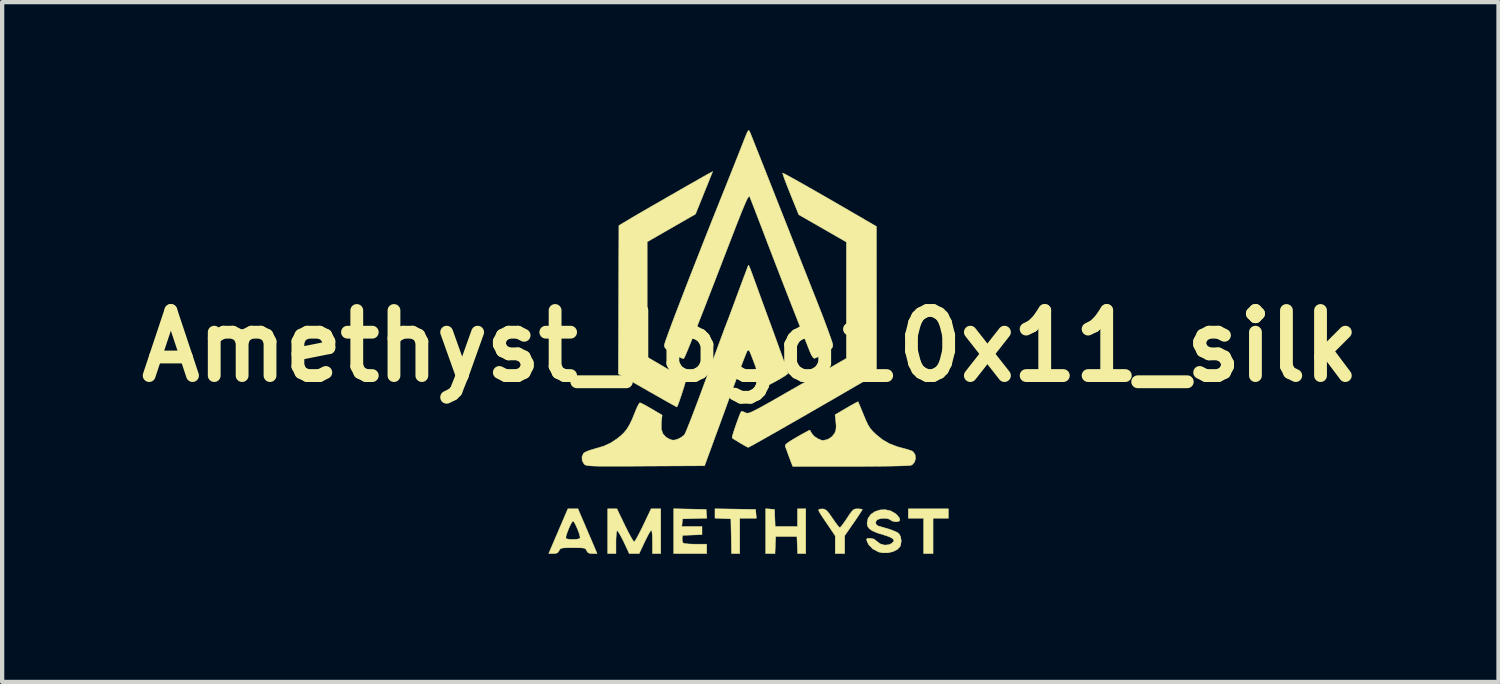
<source format=kicad_pcb>
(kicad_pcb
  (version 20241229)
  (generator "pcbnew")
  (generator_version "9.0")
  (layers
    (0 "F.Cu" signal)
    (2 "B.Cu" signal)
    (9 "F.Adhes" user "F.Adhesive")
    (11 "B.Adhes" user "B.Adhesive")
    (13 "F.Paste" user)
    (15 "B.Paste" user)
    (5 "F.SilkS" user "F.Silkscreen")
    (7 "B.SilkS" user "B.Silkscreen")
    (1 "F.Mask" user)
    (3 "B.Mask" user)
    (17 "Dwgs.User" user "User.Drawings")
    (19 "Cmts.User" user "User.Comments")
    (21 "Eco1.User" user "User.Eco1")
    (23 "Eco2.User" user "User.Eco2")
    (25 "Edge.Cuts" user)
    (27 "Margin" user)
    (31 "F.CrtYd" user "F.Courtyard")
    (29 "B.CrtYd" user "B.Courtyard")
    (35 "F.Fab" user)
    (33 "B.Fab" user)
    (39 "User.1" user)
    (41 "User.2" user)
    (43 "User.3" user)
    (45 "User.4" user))
  (footprint "Amethyst_logo10x11_silk"
    (layer "F.Cu")
    (at 14.522 5.056)
    (property "Reference" "Amethyst_logo10x11_silk" (at 0 0 0) (layer "F.SilkS") (effects (font (size 1.524 1.524) (thickness 0.3))))
    (attr through_hole)
    (fp_poly (pts (xy 4.638 4.031) (xy 4.279 4.031) (xy 4.279 4.859) (xy 4.058 4.859) (xy 4.058 4.031) (xy 3.7 4.031) (xy 3.7 3.81) (xy 4.638 3.81) (xy 4.638 4.031)) (stroke (width 0.01) (type solid)) (fill yes) (layer "F.SilkS"))
    (fp_poly (pts (xy 0.124 3.824) (xy 0.141 4.031) (xy -0.248 4.031) (xy -0.248 4.859) (xy -0.44 4.859) (xy -0.456 4.045) (xy -0.642 4.037) (xy -0.828 4.028) (xy -0.828 3.809) (xy 0.124 3.824)) (stroke (width 0.01) (type solid)) (fill yes) (layer "F.SilkS"))
    (fp_poly (pts (xy 0.462 3.815) (xy 0.566 3.824) (xy 0.582 4.224) (xy 1.104 4.224) (xy 1.104 3.81) (xy 1.298 3.81) (xy 1.298 4.859) (xy 1.107 4.859) (xy 1.099 4.659) (xy 1.091 4.459) (xy 0.594 4.459) (xy 0.585 4.659) (xy 0.577 4.859) (xy 0.359 4.859) (xy 0.359 3.807) (xy 0.462 3.815)) (stroke (width 0.01) (type solid)) (fill yes) (layer "F.SilkS"))
    (fp_poly (pts (xy -1.415 3.816) (xy -1.035 3.824) (xy -1.018 4.029) (xy -1.587 4.045) (xy -1.596 4.134) (xy -1.605 4.224) (xy -1.132 4.224) (xy -1.132 4.415) (xy -1.587 4.431) (xy -1.597 4.511) (xy -1.592 4.578) (xy -1.569 4.614) (xy -1.526 4.624) (xy -1.443 4.633) (xy -1.334 4.637) (xy -1.277 4.638) (xy -1.022 4.638) (xy -1.022 4.859) (xy -1.795 4.859) (xy -1.795 3.808) (xy -1.415 3.816)) (stroke (width 0.01) (type solid)) (fill yes) (layer "F.SilkS"))
    (fp_poly (pts (xy -2.938 4.197) (xy -2.872 4.329) (xy -2.813 4.442) (xy -2.764 4.527) (xy -2.731 4.575) (xy -2.722 4.583) (xy -2.7 4.559) (xy -2.66 4.494) (xy -2.607 4.395) (xy -2.545 4.273) (xy -2.508 4.196) (xy -2.324 3.81) (xy -2.098 3.81) (xy -2.098 4.859) (xy -2.292 4.859) (xy -2.292 4.583) (xy -2.294 4.464) (xy -2.301 4.372) (xy -2.31 4.317) (xy -2.318 4.307) (xy -2.339 4.33) (xy -2.378 4.394) (xy -2.427 4.488) (xy -2.474 4.583) (xy -2.604 4.859) (xy -2.835 4.859) (xy -2.965 4.582) (xy -3.02 4.473) (xy -3.068 4.387) (xy -3.104 4.334) (xy -3.122 4.322) (xy -3.133 4.355) (xy -3.141 4.43) (xy -3.147 4.534) (xy -3.147 4.598) (xy -3.147 4.859) (xy -3.341 4.859) (xy -3.341 3.81) (xy -3.125 3.81) (xy -2.938 4.197)) (stroke (width 0.01) (type solid)) (fill yes) (layer "F.SilkS"))
    (fp_poly (pts (xy 2.584 3.814) (xy 2.621 3.823) (xy 2.623 3.826) (xy 2.608 3.854) (xy 2.567 3.918) (xy 2.507 4.009) (xy 2.432 4.118) (xy 2.416 4.141) (xy 2.209 4.44) (xy 2.209 4.859) (xy 1.988 4.859) (xy 1.988 4.442) (xy 1.779 4.133) (xy 1.695 4.009) (xy 1.639 3.923) (xy 1.608 3.869) (xy 1.599 3.837) (xy 1.608 3.822) (xy 1.632 3.816) (xy 1.643 3.815) (xy 1.701 3.812) (xy 1.748 3.824) (xy 1.795 3.859) (xy 1.849 3.925) (xy 1.922 4.029) (xy 1.932 4.043) (xy 1.996 4.135) (xy 2.05 4.206) (xy 2.087 4.246) (xy 2.096 4.252) (xy 2.12 4.23) (xy 2.166 4.172) (xy 2.226 4.087) (xy 2.264 4.031) (xy 2.332 3.928) (xy 2.381 3.864) (xy 2.42 3.828) (xy 2.458 3.813) (xy 2.507 3.81) (xy 2.516 3.81) (xy 2.584 3.814)) (stroke (width 0.01) (type solid)) (fill yes) (layer "F.SilkS"))
    (fp_poly (pts (xy -0.93 -3.97) (xy -0.958 -3.901) (xy -1 -3.794) (xy -1.054 -3.662) (xy -1.112 -3.518) (xy -1.13 -3.472) (xy -1.284 -3.092) (xy -1.85 -2.767) (xy -2.416 -2.442) (xy -2.416 0.256) (xy -1.974 0.514) (xy -1.833 0.596) (xy -1.708 0.669) (xy -1.608 0.726) (xy -1.539 0.765) (xy -1.51 0.78) (xy -1.513 0.806) (xy -1.53 0.872) (xy -1.557 0.965) (xy -1.592 1.074) (xy -1.629 1.186) (xy -1.664 1.289) (xy -1.694 1.37) (xy -1.715 1.418) (xy -1.72 1.425) (xy -1.744 1.413) (xy -1.811 1.377) (xy -1.913 1.32) (xy -2.044 1.246) (xy -2.199 1.158) (xy -2.372 1.06) (xy -2.408 1.039) (xy -3.091 0.649) (xy -3.078 -2.825) (xy -2.802 -2.99) (xy -2.722 -3.037) (xy -2.605 -3.106) (xy -2.459 -3.19) (xy -2.29 -3.288) (xy -2.106 -3.393) (xy -1.915 -3.504) (xy -1.722 -3.614) (xy -1.536 -3.721) (xy -1.362 -3.82) (xy -1.209 -3.907) (xy -1.083 -3.979) (xy -0.992 -4.03) (xy -0.945 -4.055) (xy -0.883 -4.088) (xy -0.93 -3.97)) (stroke (width 0.01) (type solid)) (fill yes) (layer "F.SilkS"))
    (fp_poly (pts (xy -3.85 4.245) (xy -3.786 4.395) (xy -3.726 4.534) (xy -3.676 4.651) (xy -3.64 4.736) (xy -3.626 4.769) (xy -3.588 4.859) (xy -3.695 4.859) (xy -3.771 4.852) (xy -3.814 4.823) (xy -3.833 4.79) (xy -3.849 4.759) (xy -3.872 4.739) (xy -3.912 4.728) (xy -3.98 4.723) (xy -4.088 4.721) (xy -4.155 4.721) (xy -4.285 4.722) (xy -4.37 4.725) (xy -4.422 4.733) (xy -4.452 4.749) (xy -4.47 4.774) (xy -4.478 4.79) (xy -4.511 4.837) (xy -4.564 4.857) (xy -4.615 4.859) (xy -4.722 4.859) (xy -4.684 4.769) (xy -4.661 4.714) (xy -4.62 4.619) (xy -4.567 4.494) (xy -4.566 4.494) (xy -4.322 4.494) (xy -4.32 4.501) (xy -4.284 4.517) (xy -4.213 4.526) (xy -4.128 4.527) (xy -4.049 4.52) (xy -3.997 4.506) (xy -3.988 4.499) (xy -3.989 4.461) (xy -4.007 4.391) (xy -4.038 4.306) (xy -4.075 4.22) (xy -4.111 4.147) (xy -4.142 4.102) (xy -4.155 4.095) (xy -4.18 4.125) (xy -4.216 4.19) (xy -4.254 4.276) (xy -4.289 4.366) (xy -4.314 4.444) (xy -4.322 4.494) (xy -4.566 4.494) (xy -4.505 4.351) (xy -4.46 4.245) (xy -4.273 3.81) (xy -4.037 3.81) (xy -3.85 4.245)) (stroke (width 0.01) (type solid)) (fill yes) (layer "F.SilkS"))
    (fp_poly (pts (xy 3.285 3.857) (xy 3.397 3.921) (xy 3.428 3.948) (xy 3.491 4.024) (xy 3.504 4.078) (xy 3.468 4.107) (xy 3.413 4.114) (xy 3.339 4.102) (xy 3.287 4.074) (xy 3.285 4.072) (xy 3.232 4.044) (xy 3.149 4.032) (xy 3.059 4.037) (xy 2.984 4.059) (xy 2.969 4.068) (xy 2.935 4.119) (xy 2.944 4.174) (xy 2.988 4.209) (xy 3.03 4.221) (xy 3.11 4.245) (xy 3.21 4.274) (xy 3.224 4.278) (xy 3.33 4.314) (xy 3.421 4.353) (xy 3.477 4.388) (xy 3.48 4.391) (xy 3.52 4.464) (xy 3.534 4.562) (xy 3.52 4.66) (xy 3.505 4.695) (xy 3.441 4.763) (xy 3.339 4.813) (xy 3.217 4.84) (xy 3.091 4.84) (xy 3 4.819) (xy 2.866 4.748) (xy 2.771 4.649) (xy 2.736 4.58) (xy 2.721 4.527) (xy 2.735 4.505) (xy 2.79 4.5) (xy 2.805 4.5) (xy 2.899 4.519) (xy 2.962 4.571) (xy 3.047 4.633) (xy 3.15 4.66) (xy 3.252 4.649) (xy 3.313 4.617) (xy 3.357 4.574) (xy 3.36 4.541) (xy 3.343 4.517) (xy 3.297 4.485) (xy 3.217 4.451) (xy 3.151 4.429) (xy 2.984 4.378) (xy 2.865 4.329) (xy 2.788 4.277) (xy 2.746 4.218) (xy 2.733 4.147) (xy 2.733 4.144) (xy 2.757 4.031) (xy 2.823 3.94) (xy 2.919 3.874) (xy 3.035 3.836) (xy 3.16 3.83) (xy 3.285 3.857)) (stroke (width 0.01) (type solid)) (fill yes) (layer "F.SilkS"))
    (fp_poly (pts (xy 2.536 1.33) (xy 2.565 1.398) (xy 2.606 1.497) (xy 2.653 1.612) (xy 2.71 1.748) (xy 2.758 1.846) (xy 2.805 1.922) (xy 2.862 1.989) (xy 2.937 2.062) (xy 2.94 2.065) (xy 3.093 2.189) (xy 3.255 2.283) (xy 3.443 2.355) (xy 3.575 2.391) (xy 3.676 2.418) (xy 3.759 2.445) (xy 3.805 2.466) (xy 3.806 2.467) (xy 3.857 2.537) (xy 3.87 2.624) (xy 3.848 2.71) (xy 3.794 2.775) (xy 3.763 2.79) (xy 3.722 2.796) (xy 3.631 2.801) (xy 3.495 2.805) (xy 3.319 2.809) (xy 3.109 2.812) (xy 2.869 2.814) (xy 2.605 2.816) (xy 2.344 2.816) (xy 0.993 2.816) (xy 0.963 2.74) (xy 0.936 2.669) (xy 0.901 2.574) (xy 0.883 2.526) (xy 0.852 2.439) (xy 0.825 2.368) (xy 0.816 2.343) (xy 0.818 2.317) (xy 0.848 2.284) (xy 0.912 2.237) (xy 1.015 2.174) (xy 1.093 2.128) (xy 1.206 2.064) (xy 1.3 2.013) (xy 1.366 1.978) (xy 1.394 1.966) (xy 1.394 1.966) (xy 1.41 1.994) (xy 1.434 2.038) (xy 1.491 2.107) (xy 1.578 2.167) (xy 1.669 2.204) (xy 1.706 2.209) (xy 1.813 2.184) (xy 1.911 2.121) (xy 1.976 2.039) (xy 2.002 1.968) (xy 2.01 1.883) (xy 2.003 1.779) (xy 1.984 1.607) (xy 2.251 1.45) (xy 2.357 1.388) (xy 2.445 1.34) (xy 2.504 1.309) (xy 2.524 1.302) (xy 2.536 1.33)) (stroke (width 0.01) (type solid)) (fill yes) (layer "F.SilkS"))
    (fp_poly (pts (xy 0.784 -4.042) (xy 0.856 -4.005) (xy 0.969 -3.943) (xy 1.122 -3.858) (xy 1.311 -3.751) (xy 1.534 -3.624) (xy 1.787 -3.479) (xy 2.069 -3.316) (xy 2.376 -3.138) (xy 2.698 -2.951) (xy 2.953 -2.802) (xy 2.954 -1.075) (xy 2.954 0.652) (xy 2.34 1.008) (xy 2.034 1.186) (xy 1.736 1.358) (xy 1.448 1.524) (xy 1.174 1.682) (xy 0.918 1.828) (xy 0.685 1.962) (xy 0.476 2.08) (xy 0.297 2.182) (xy 0.151 2.264) (xy 0.042 2.324) (xy -0.027 2.361) (xy -0.051 2.372) (xy -0.082 2.358) (xy -0.147 2.322) (xy -0.232 2.273) (xy -0.24 2.268) (xy -0.326 2.215) (xy -0.393 2.174) (xy -0.426 2.15) (xy -0.427 2.15) (xy -0.424 2.12) (xy -0.405 2.052) (xy -0.375 1.958) (xy -0.338 1.849) (xy -0.299 1.74) (xy -0.263 1.641) (xy -0.232 1.567) (xy -0.213 1.529) (xy -0.212 1.528) (xy -0.181 1.53) (xy -0.124 1.553) (xy -0.118 1.556) (xy -0.099 1.565) (xy -0.078 1.57) (xy -0.053 1.569) (xy -0.017 1.56) (xy 0.033 1.54) (xy 0.1 1.507) (xy 0.191 1.46) (xy 0.308 1.396) (xy 0.457 1.313) (xy 0.641 1.208) (xy 0.864 1.08) (xy 1.106 0.942) (xy 2.25 0.286) (xy 2.25 -2.437) (xy 1.692 -2.758) (xy 1.134 -3.078) (xy 0.939 -3.559) (xy 0.879 -3.71) (xy 0.827 -3.843) (xy 0.788 -3.95) (xy 0.764 -4.022) (xy 0.757 -4.052) (xy 0.758 -4.052) (xy 0.784 -4.042)) (stroke (width 0.01) (type solid)) (fill yes) (layer "F.SilkS"))
    (fp_poly (pts (xy -0.028 -5.045) (xy -0.013 -5.018) (xy -0.009 -5.009) (xy 0.008 -4.968) (xy 0.043 -4.881) (xy 0.094 -4.753) (xy 0.159 -4.589) (xy 0.237 -4.393) (xy 0.325 -4.171) (xy 0.421 -3.927) (xy 0.524 -3.667) (xy 0.582 -3.52) (xy 0.703 -3.212) (xy 0.833 -2.885) (xy 0.965 -2.549) (xy 1.098 -2.213) (xy 1.226 -1.889) (xy 1.346 -1.586) (xy 1.453 -1.315) (xy 1.535 -1.109) (xy 1.623 -0.884) (xy 1.705 -0.673) (xy 1.777 -0.481) (xy 1.838 -0.315) (xy 1.886 -0.181) (xy 1.918 -0.084) (xy 1.932 -0.031) (xy 1.933 -0.026) (xy 1.927 0.017) (xy 1.903 0.054) (xy 1.852 0.096) (xy 1.763 0.152) (xy 1.735 0.168) (xy 1.639 0.222) (xy 1.558 0.264) (xy 1.506 0.285) (xy 1.498 0.287) (xy 1.466 0.264) (xy 1.425 0.197) (xy 1.393 0.124) (xy 1.216 -0.325) (xy 1.038 -0.777) (xy 0.863 -1.224) (xy 0.696 -1.654) (xy 0.54 -2.058) (xy 0.398 -2.427) (xy 0.318 -2.637) (xy 0.24 -2.842) (xy 0.167 -3.03) (xy 0.104 -3.195) (xy 0.051 -3.331) (xy 0.012 -3.432) (xy -0.012 -3.491) (xy -0.018 -3.504) (xy -0.029 -3.508) (xy -0.044 -3.494) (xy -0.066 -3.46) (xy -0.095 -3.401) (xy -0.134 -3.312) (xy -0.185 -3.191) (xy -0.248 -3.033) (xy -0.327 -2.833) (xy -0.421 -2.589) (xy -0.495 -2.399) (xy -0.67 -1.945) (xy -0.826 -1.541) (xy -0.965 -1.183) (xy -1.086 -0.871) (xy -1.192 -0.601) (xy -1.282 -0.371) (xy -1.358 -0.179) (xy -1.421 -0.024) (xy -1.471 0.098) (xy -1.509 0.189) (xy -1.537 0.251) (xy -1.555 0.285) (xy -1.563 0.295) (xy -1.596 0.286) (xy -1.665 0.254) (xy -1.756 0.205) (xy -1.802 0.179) (xy -1.906 0.116) (xy -1.97 0.069) (xy -2.003 0.031) (xy -2.015 -0.007) (xy -2.015 -0.021) (xy -2.005 -0.062) (xy -1.976 -0.15) (xy -1.928 -0.283) (xy -1.864 -0.457) (xy -1.785 -0.668) (xy -1.691 -0.913) (xy -1.585 -1.189) (xy -1.468 -1.492) (xy -1.34 -1.819) (xy -1.203 -2.167) (xy -1.06 -2.531) (xy -0.91 -2.909) (xy -0.755 -3.297) (xy -0.649 -3.562) (xy -0.56 -3.784) (xy -0.471 -4.007) (xy -0.386 -4.221) (xy -0.308 -4.416) (xy -0.242 -4.583) (xy -0.192 -4.712) (xy -0.178 -4.746) (xy -0.124 -4.884) (xy -0.086 -4.977) (xy -0.06 -5.03) (xy -0.042 -5.051) (xy -0.028 -5.045)) (stroke (width 0.01) (type solid)) (fill yes) (layer "F.SilkS"))
    (fp_poly (pts (xy -0.031 -1.879) (xy -0.006 -1.82) (xy 0.027 -1.734) (xy 0.027 -1.733) (xy 0.05 -1.67) (xy 0.09 -1.561) (xy 0.144 -1.413) (xy 0.209 -1.233) (xy 0.284 -1.028) (xy 0.366 -0.804) (xy 0.453 -0.567) (xy 0.487 -0.475) (xy 0.572 -0.243) (xy 0.65 -0.026) (xy 0.721 0.169) (xy 0.781 0.337) (xy 0.829 0.473) (xy 0.863 0.571) (xy 0.881 0.625) (xy 0.883 0.634) (xy 0.861 0.659) (xy 0.803 0.701) (xy 0.718 0.753) (xy 0.619 0.81) (xy 0.517 0.865) (xy 0.423 0.913) (xy 0.348 0.946) (xy 0.303 0.959) (xy 0.296 0.957) (xy 0.282 0.921) (xy 0.254 0.843) (xy 0.214 0.732) (xy 0.166 0.6) (xy 0.139 0.525) (xy 0.087 0.385) (xy 0.041 0.263) (xy 0.004 0.17) (xy -0.02 0.114) (xy -0.026 0.102) (xy -0.057 0.101) (xy -0.075 0.116) (xy -0.09 0.149) (xy -0.122 0.229) (xy -0.169 0.348) (xy -0.227 0.501) (xy -0.295 0.682) (xy -0.37 0.886) (xy -0.451 1.105) (xy -0.456 1.118) (xy -0.543 1.356) (xy -0.629 1.593) (xy -0.712 1.82) (xy -0.789 2.03) (xy -0.856 2.212) (xy -0.909 2.359) (xy -0.94 2.443) (xy -1.072 2.802) (xy -2.454 2.809) (xy -2.766 2.811) (xy -3.028 2.812) (xy -3.243 2.812) (xy -3.417 2.812) (xy -3.555 2.811) (xy -3.661 2.808) (xy -3.74 2.804) (xy -3.797 2.799) (xy -3.836 2.792) (xy -3.861 2.784) (xy -3.879 2.773) (xy -3.893 2.761) (xy -3.938 2.683) (xy -3.943 2.594) (xy -3.909 2.515) (xy -3.895 2.501) (xy -3.844 2.471) (xy -3.756 2.437) (xy -3.649 2.405) (xy -3.634 2.401) (xy -3.438 2.343) (xy -3.276 2.27) (xy -3.126 2.172) (xy -3.043 2.106) (xy -2.961 2.029) (xy -2.893 1.945) (xy -2.83 1.842) (xy -2.766 1.709) (xy -2.695 1.534) (xy -2.692 1.525) (xy -2.652 1.431) (xy -2.615 1.36) (xy -2.589 1.326) (xy -2.586 1.325) (xy -2.551 1.339) (xy -2.481 1.374) (xy -2.386 1.427) (xy -2.312 1.47) (xy -2.066 1.615) (xy -2.084 1.787) (xy -2.086 1.935) (xy -2.051 2.047) (xy -1.978 2.129) (xy -1.907 2.171) (xy -1.837 2.199) (xy -1.777 2.2) (xy -1.702 2.178) (xy -1.618 2.136) (xy -1.549 2.08) (xy -1.54 2.068) (xy -1.52 2.028) (xy -1.483 1.942) (xy -1.432 1.814) (xy -1.368 1.652) (xy -1.295 1.46) (xy -1.214 1.245) (xy -1.127 1.012) (xy -1.064 0.84) (xy -0.974 0.594) (xy -0.888 0.358) (xy -0.807 0.14) (xy -0.735 -0.055) (xy -0.674 -0.22) (xy -0.626 -0.35) (xy -0.593 -0.438) (xy -0.58 -0.469) (xy -0.554 -0.538) (xy -0.511 -0.65) (xy -0.457 -0.794) (xy -0.394 -0.963) (xy -0.327 -1.145) (xy -0.286 -1.256) (xy -0.221 -1.432) (xy -0.162 -1.589) (xy -0.112 -1.722) (xy -0.074 -1.822) (xy -0.05 -1.883) (xy -0.043 -1.898) (xy -0.031 -1.879)) (stroke (width 0.01) (type solid)) (fill yes) (layer "F.SilkS")))
  (gr_rect
    (start -3 -3)
    (end 32.043 12.92)
    (stroke (width 0.1) (type default))
    (fill no)
    (layer "Edge.Cuts")))
</source>
